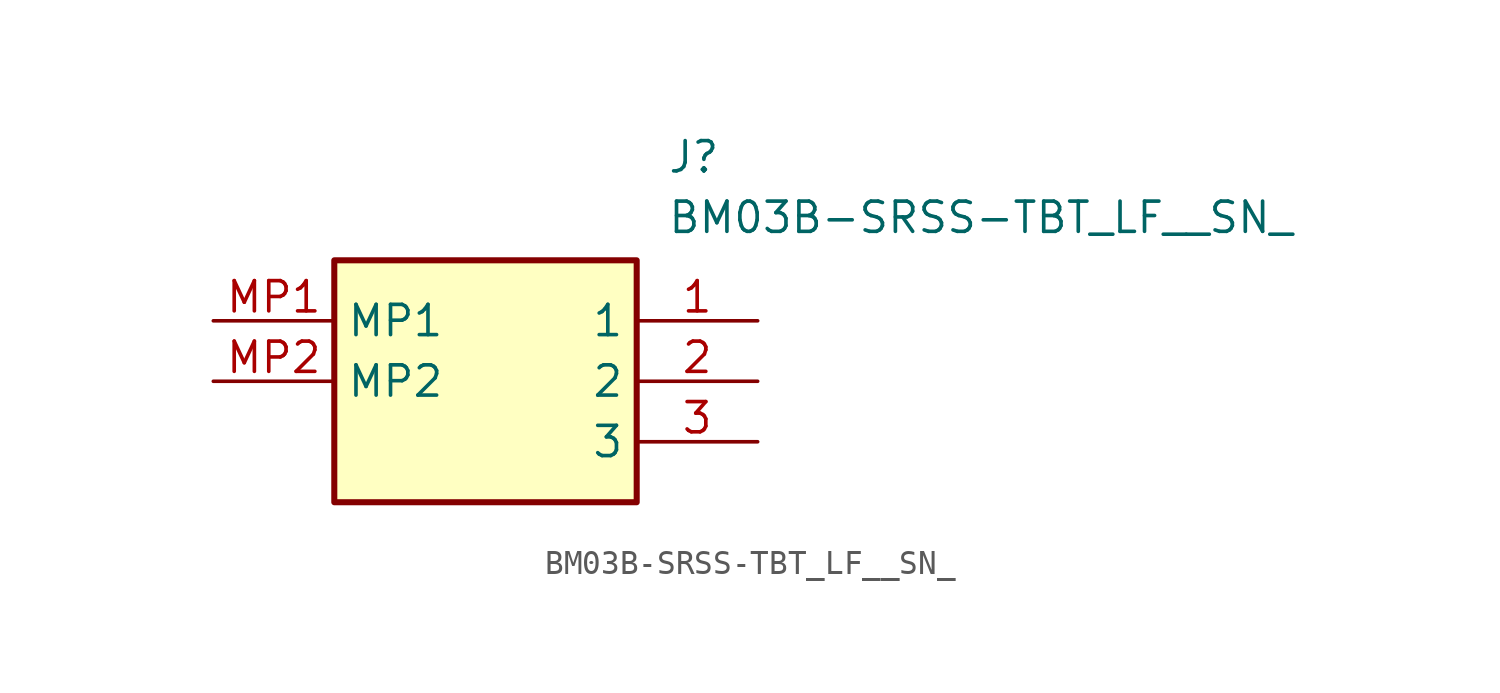
<source format=kicad_sym>
(kicad_symbol_lib
  (version 20211014)
  (generator SamacSys_ECAD_Model)
  (symbol "BM03B-SRSS-TBT_LF__SN_"
    (property "Reference" "J"
      (at 19.05 7.62 0)
      (effects (font (size 1.27 1.27)) (justify left top)))
    (property "Value" "BM03B-SRSS-TBT_LF__SN_"
      (at 19.05 5.08 0)
      (effects (font (size 1.27 1.27)) (justify left top)))
    (rectangle
      (start 5.08 2.54)
      (end 17.78 -7.62)
      (stroke (width 0.254) (type default))
      (fill (type background)))
    (pin passive line
      (at 22.86 0 180)
      (length 5.08)
      (name "1" (effects (font (size 1.27 1.27))))
      (number "1" (effects (font (size 1.27 1.27)))))
    (pin passive line
      (at 22.86 -2.54 180)
      (length 5.08)
      (name "2" (effects (font (size 1.27 1.27))))
      (number "2" (effects (font (size 1.27 1.27)))))
    (pin passive line
      (at 22.86 -5.08 180)
      (length 5.08)
      (name "3" (effects (font (size 1.27 1.27))))
      (number "3" (effects (font (size 1.27 1.27)))))
    (pin passive line
      (at 0 0 0)
      (length 5.08)
      (name "MP1" (effects (font (size 1.27 1.27))))
      (number "MP1" (effects (font (size 1.27 1.27)))))
    (pin passive line
      (at 0 -2.54 0)
      (length 5.08)
      (name "MP2" (effects (font (size 1.27 1.27))))
      (number "MP2" (effects (font (size 1.27 1.27)))))))
</source>
